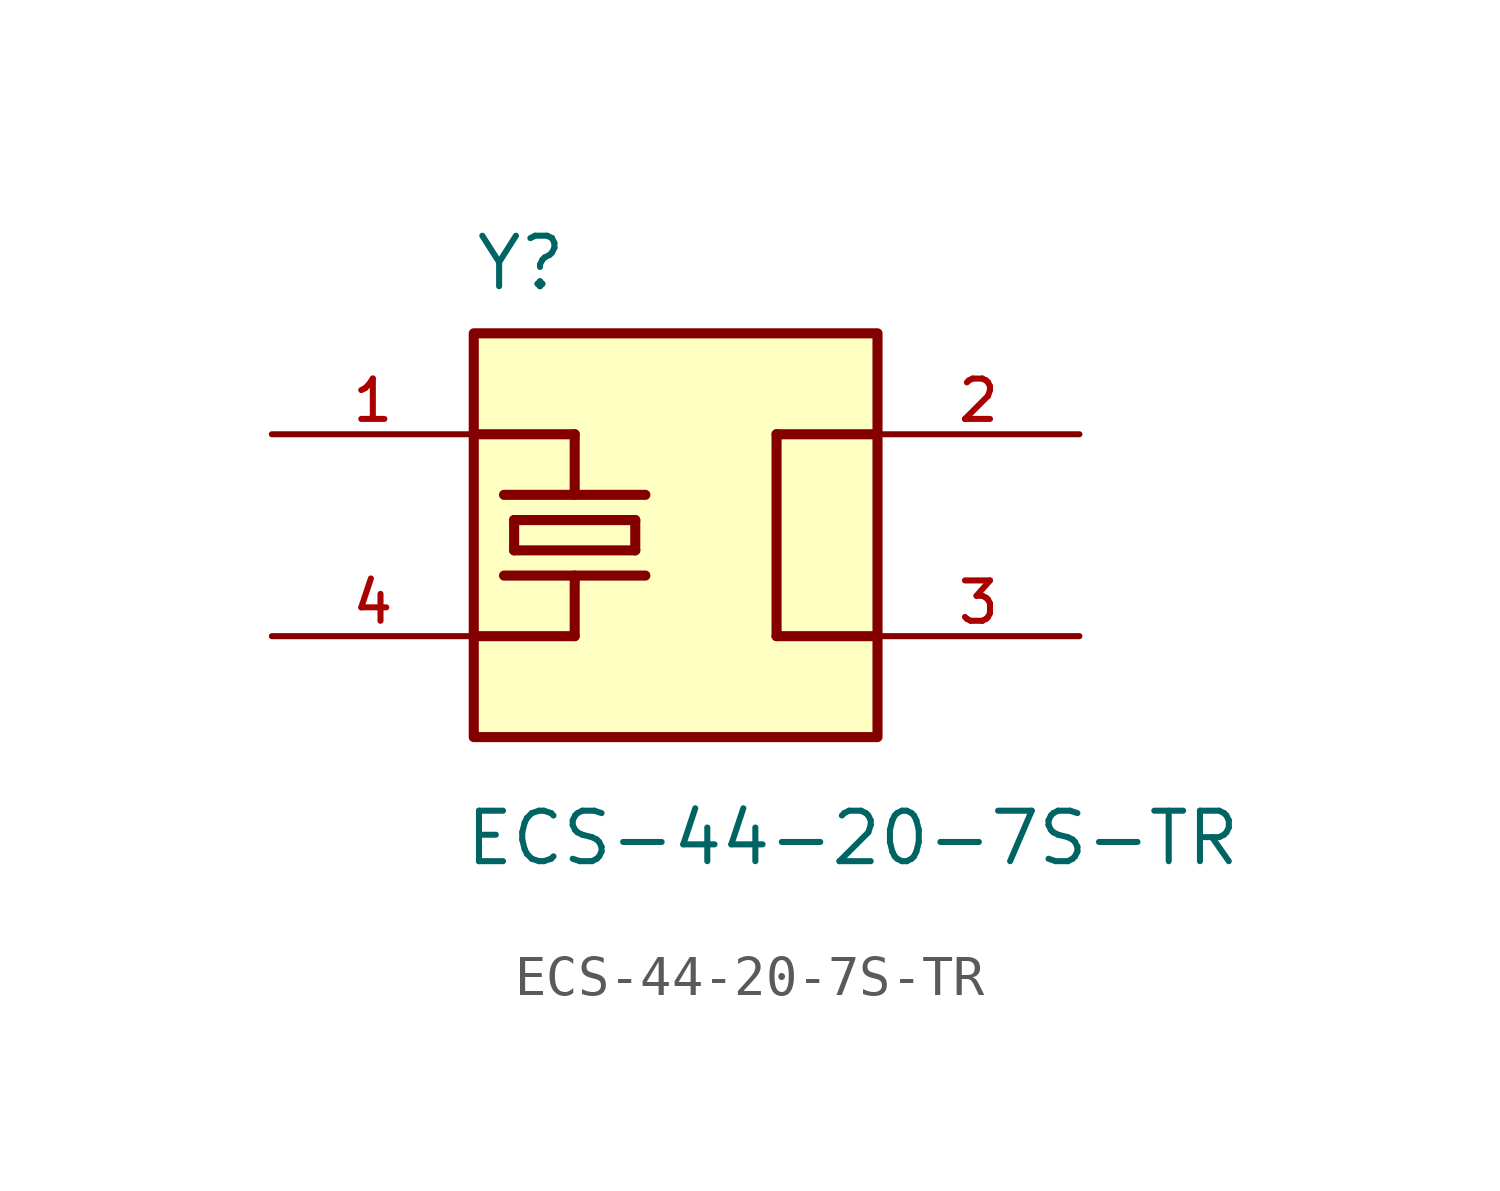
<source format=kicad_sym>
(kicad_symbol_lib
  (version 20231120)
  (generator "kicad_symbol_editor")
  (generator_version "8.0")
  (symbol "ECS-44-20-7S-TR"
    (pin_names
      (offset 1.016))
    (property "Reference" "Y"
      (at -5.086 6.103 0)
      (effects (font (size 1.27 1.27)) (justify left bottom)))
    (property "Value" "ECS-44-20-7S-TR"
      (at -5.351 -6.88 0)
      (effects (font (size 1.27 1.27)) (justify left top)))
    (symbol "ECS-44-20-7S-TR_0_0"
      (rectangle (start -5.08 -5.08) (end 5.08 5.08) (stroke (width 0.254) (type default)) (fill (type background)))
      (polyline (pts (xy -5.08 2.54) (xy -2.54 2.54)) (stroke (width 0.254) (type default)) (fill (type none)))
      (polyline (pts (xy -4.064 -0.381) (xy -1.016 -0.381)) (stroke (width 0.254) (type default)) (fill (type none)))
      (polyline (pts (xy -4.064 0.381) (xy -4.064 -0.381)) (stroke (width 0.254) (type default)) (fill (type none)))
      (polyline (pts (xy -2.54 -2.54) (xy -5.08 -2.54)) (stroke (width 0.254) (type default)) (fill (type none)))
      (polyline (pts (xy -2.54 -1.016) (xy -2.54 -2.54)) (stroke (width 0.254) (type default)) (fill (type none)))
      (polyline (pts (xy -2.54 2.54) (xy -2.54 1.016)) (stroke (width 0.254) (type default)) (fill (type none)))
      (polyline (pts (xy -1.016 -0.381) (xy -1.016 0.381)) (stroke (width 0.254) (type default)) (fill (type none)))
      (polyline (pts (xy -1.016 0.381) (xy -4.064 0.381)) (stroke (width 0.254) (type default)) (fill (type none)))
      (polyline (pts (xy -0.762 -1.016) (xy -4.318 -1.016)) (stroke (width 0.254) (type default)) (fill (type none)))
      (polyline (pts (xy -0.762 1.016) (xy -4.318 1.016)) (stroke (width 0.254) (type default)) (fill (type none)))
      (polyline (pts (xy 2.54 -2.54) (xy 5.08 -2.54)) (stroke (width 0.254) (type default)) (fill (type none)))
      (polyline (pts (xy 2.54 2.54) (xy 2.54 -2.54)) (stroke (width 0.254) (type default)) (fill (type none)))
      (polyline (pts (xy 2.54 2.54) (xy 5.08 2.54)) (stroke (width 0.254) (type default)) (fill (type none)))
      (pin passive line (at -10.16 2.54 0) (length 5.08) (name "~" (effects (font (size 1.016 1.016)))) (number "1" (effects (font (size 1.016 1.016)))))
      (pin passive line (at 10.16 2.54 180) (length 5.08) (name "~" (effects (font (size 1.016 1.016)))) (number "2" (effects (font (size 1.016 1.016)))))
      (pin passive line (at 10.16 -2.54 180) (length 5.08) (name "~" (effects (font (size 1.016 1.016)))) (number "3" (effects (font (size 1.016 1.016)))))
      (pin passive line (at -10.16 -2.54 0) (length 5.08) (name "~" (effects (font (size 1.016 1.016)))) (number "4" (effects (font (size 1.016 1.016))))))))
</source>
